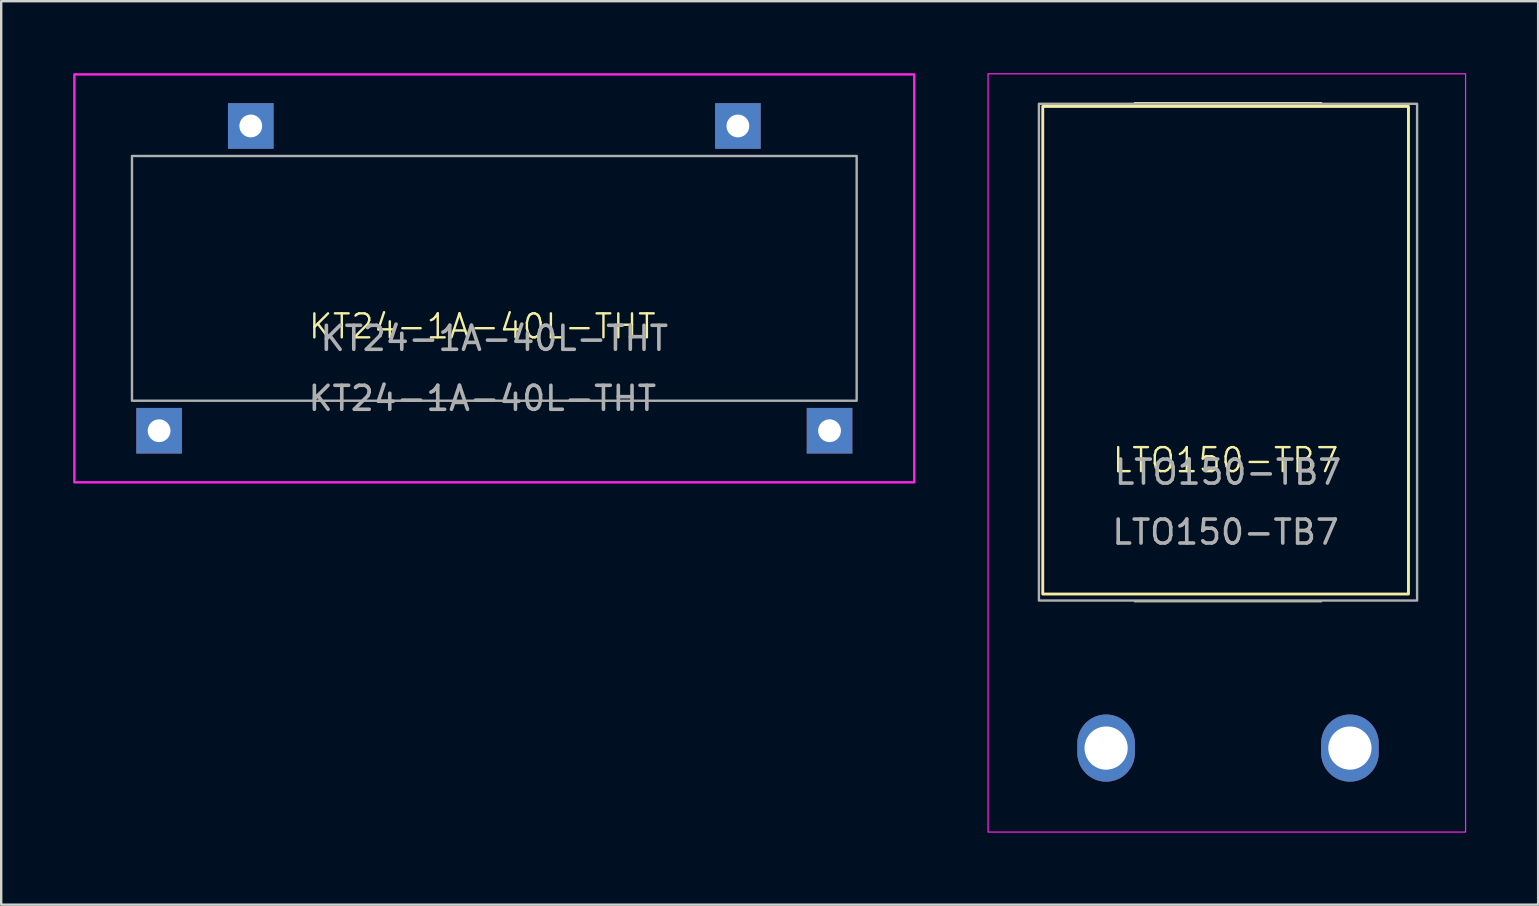
<source format=kicad_pcb>
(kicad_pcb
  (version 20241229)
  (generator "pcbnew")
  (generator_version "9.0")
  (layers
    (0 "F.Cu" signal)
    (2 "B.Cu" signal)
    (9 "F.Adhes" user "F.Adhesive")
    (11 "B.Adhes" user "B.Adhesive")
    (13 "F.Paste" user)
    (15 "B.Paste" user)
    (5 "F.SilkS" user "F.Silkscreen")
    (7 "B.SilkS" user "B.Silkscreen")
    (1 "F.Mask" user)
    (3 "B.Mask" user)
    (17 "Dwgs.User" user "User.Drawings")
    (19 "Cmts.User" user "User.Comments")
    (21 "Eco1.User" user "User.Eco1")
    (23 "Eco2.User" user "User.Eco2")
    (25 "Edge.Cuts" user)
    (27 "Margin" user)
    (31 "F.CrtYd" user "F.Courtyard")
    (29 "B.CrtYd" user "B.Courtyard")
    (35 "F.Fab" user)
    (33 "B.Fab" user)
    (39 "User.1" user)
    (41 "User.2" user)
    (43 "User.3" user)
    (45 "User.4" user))
  (footprint "KT24-1A-40L-THT"
    (layer "F.Cu")
    (at 17.05 11.05)
    (property "Reference" "KT24-1A-40L-THT" (at 0 -0.5 0) (unlocked yes) (layer "F.SilkS") (effects (font (size 1 1) (thickness 0.1))))
    (attr smd)
    (fp_rect (start -17 -11) (end 18 6) (stroke (width 0.1) (type default)) (fill no) (layer "F.CrtYd"))
    (fp_rect (start -14.6 -7.6) (end 15.6 2.6) (stroke (width 0.1) (type default)) (fill no) (layer "F.Fab"))
    (fp_text user "${REFERENCE}" (at 0 2.5 0) (unlocked yes) (layer "F.Fab") (effects (font (size 1 1) (thickness 0.15))))
    (fp_text user "${REFERENCE}" (at 0.5 0 0) (unlocked yes) (layer "F.Fab") (effects (font (size 1 1) (thickness 0.15))))
    (pad "13" thru_hole rect (at -13.47 3.85) (size 1.9 1.9) (drill 0.95) (layers "*.Cu" "*.Mask"))
    (pad "14" thru_hole rect (at 14.47 3.85) (size 1.9 1.9) (drill 0.95) (layers "*.Cu" "*.Mask"))
    (pad "A1" thru_hole rect (at 10.65 -8.85) (size 1.9 1.9) (drill 0.95) (layers "*.Cu" "*.Mask"))
    (pad "A2" thru_hole rect (at -9.65 -8.85) (size 1.9 1.9) (drill 0.95) (layers "*.Cu" "*.Mask")))
  (footprint "LTO150-TB7"
    (layer "F.Cu")
    (at 48.025 16.625)
    (property "Reference" "LTO150-TB7" (at 0 -0.5 0) (unlocked yes) (layer "F.SilkS") (effects (font (size 1 1) (thickness 0.1))))
    (attr smd)
    (fp_line (start -3.8 -15.4) (end 4 -15.4) (stroke (width 0.05) (type default)) (layer "F.SilkS"))
    (fp_line (start -3.8 5.4) (end 4 5.4) (stroke (width 0.05) (type default)) (layer "F.SilkS"))
    (fp_rect (start -7.62 -15.24) (end 7.62 5.08) (stroke (width 0.12) (type default)) (fill no) (layer "F.SilkS"))
    (fp_rect (start -9.9 -16.6) (end 10 15) (stroke (width 0.05) (type default)) (fill no) (layer "F.CrtYd"))
    (fp_rect (start -7.78 -15.35) (end 7.98 5.35) (stroke (width 0.1) (type default)) (fill no) (layer "F.Fab"))
    (fp_text user "${REFERENCE}" (at 0 2.5 0) (unlocked yes) (layer "F.Fab") (effects (font (size 1 1) (thickness 0.15))))
    (fp_text user "${REFERENCE}" (at 0.1 0 0) (unlocked yes) (layer "F.Fab") (effects (font (size 1 1) (thickness 0.15))))
    (pad "1" thru_hole oval (at -4.98 11.5) (size 2.4 2.8) (drill 1.8) (layers "*.Cu" "*.Mask"))
    (pad "2" thru_hole oval (at 5.18 11.5) (size 2.4 2.8) (drill 1.8) (layers "*.Cu" "*.Mask")))
  (gr_rect
    (start -3 -3)
    (end 61.05 34.65)
    (stroke (width 0.1) (type default))
    (fill no)
    (layer "Edge.Cuts")))
</source>
